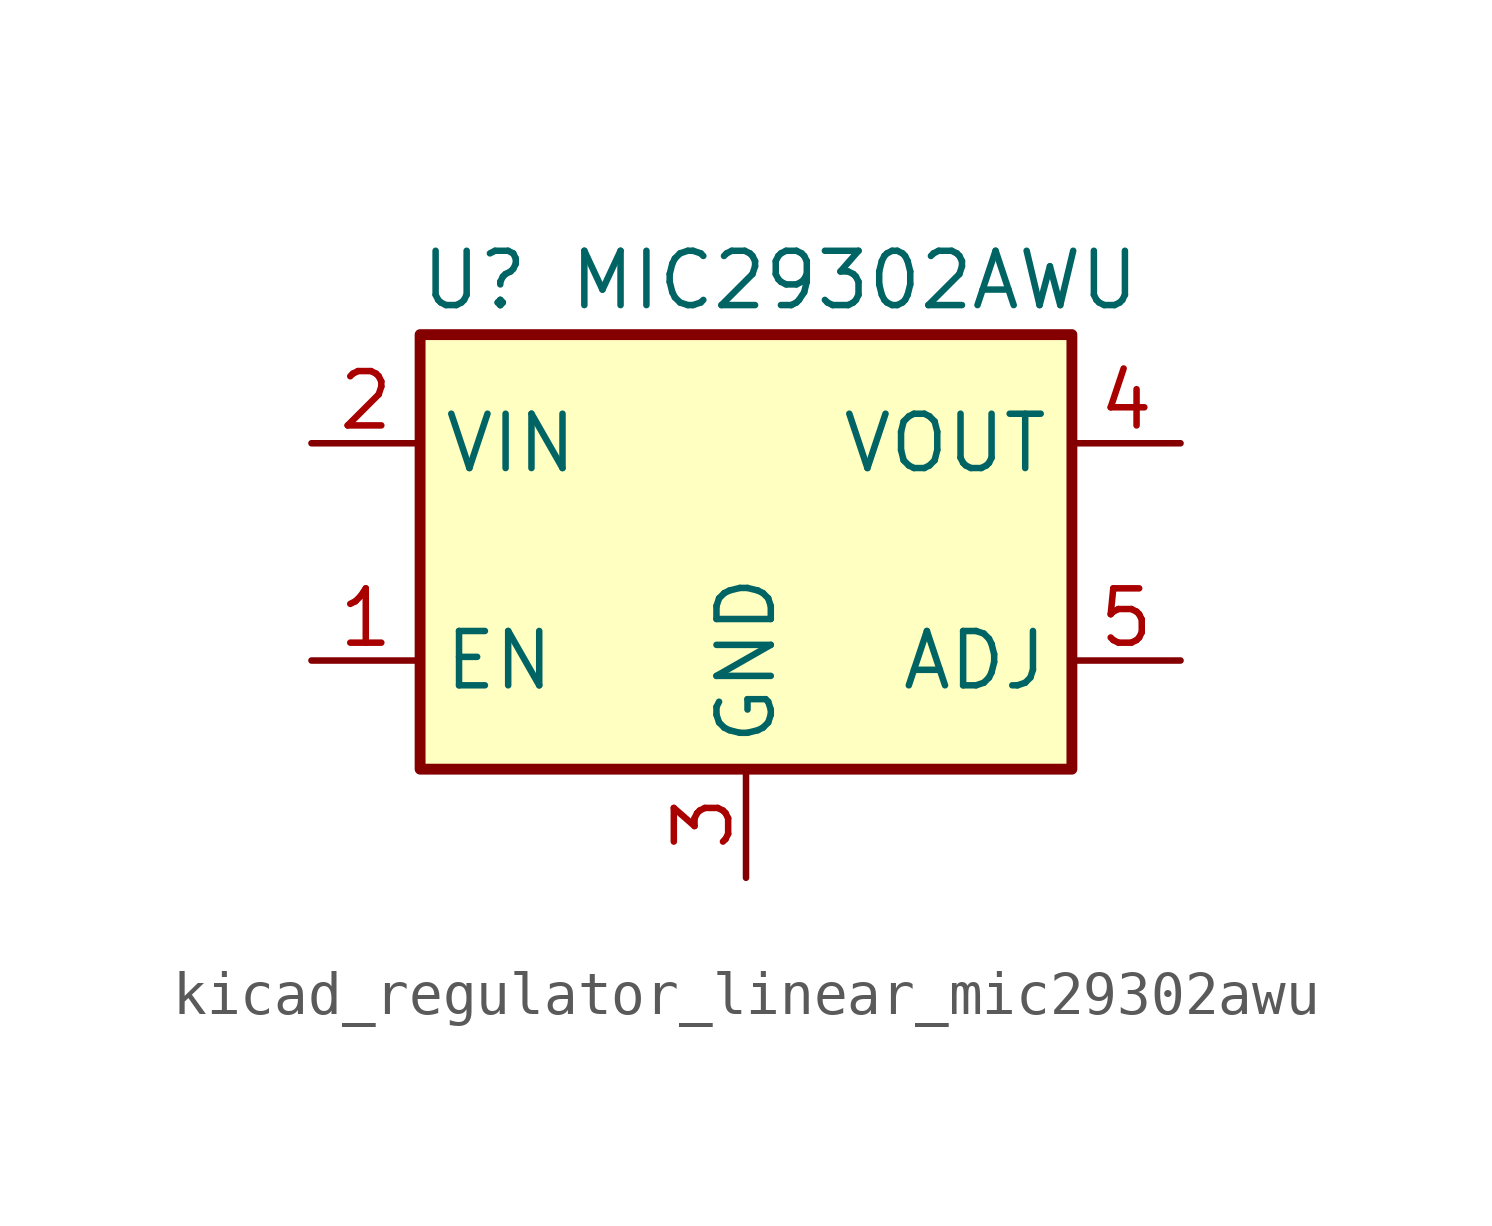
<source format=kicad_sym>
(kicad_symbol_lib
  (version 20220914)
  (generator kicad_symbol_editor)
  (symbol "kicad_regulator_linear_mic29302awu"
    (property "Reference" "U"
      (at -6.35 6.35 0)
      (effects (font (size 1.27 1.27))))
    (property "Value" "MIC29302AWU"
      (at 2.54 6.35 0)
      (effects (font (size 1.27 1.27))))
    (symbol "kicad_regulator_linear_mic29302awu_1_1"
      (rectangle (start -7.62 5.08) (end 7.62 -5.08) (stroke (width 0.254) (type default)) (fill (type background)))
      (pin input line (at -10.16 -2.54 0) (length 2.54) (name "EN" (effects (font (size 1.27 1.27)))) (number "1" (effects (font (size 1.27 1.27)))))
      (pin power_in line (at -10.16 2.54 0) (length 2.54) (name "VIN" (effects (font (size 1.27 1.27)))) (number "2" (effects (font (size 1.27 1.27)))))
      (pin power_in line (at 0 -7.62 90) (length 2.54) (name "GND" (effects (font (size 1.27 1.27)))) (number "3" (effects (font (size 1.27 1.27)))))
      (pin power_out line (at 10.16 2.54 180) (length 2.54) (name "VOUT" (effects (font (size 1.27 1.27)))) (number "4" (effects (font (size 1.27 1.27)))))
      (pin input line (at 10.16 -2.54 180) (length 2.54) (name "ADJ" (effects (font (size 1.27 1.27)))) (number "5" (effects (font (size 1.27 1.27))))))))
</source>
